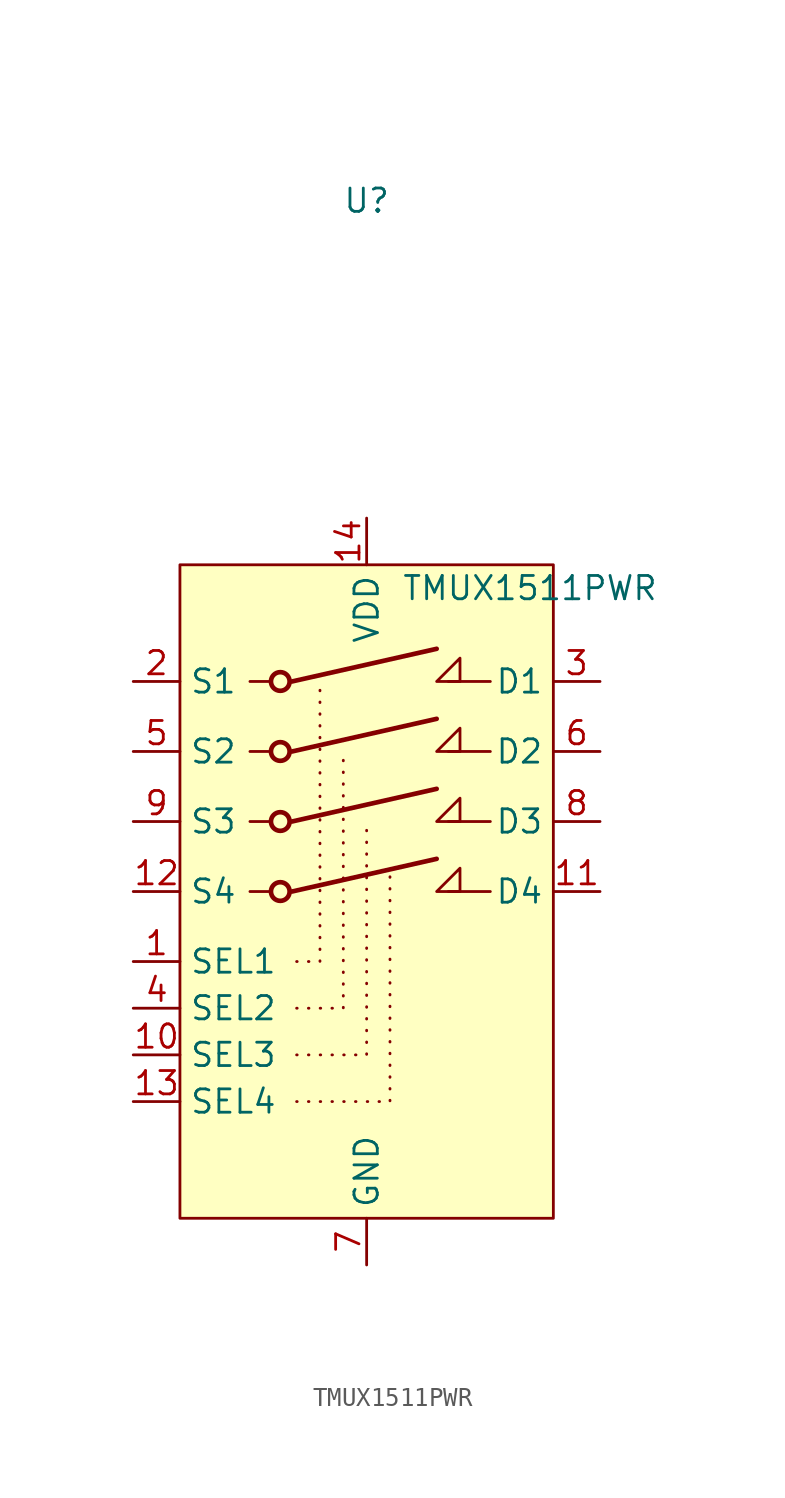
<source format=kicad_sym>
(kicad_symbol_lib
  (version 20241209)
  (generator "kicad_symbol_editor")
  (generator_version "9.0")
  (symbol "TMUX1511PWR"
    (property "Reference" "U"
      (at 0 37.592 0)
      (effects (font (size 1.27 1.27))))
    (property "Value" "TMUX1511PWR"
      (at 8.89 16.51 0)
      (effects (font (size 1.27 1.27))))
    (symbol "TMUX1511PWR_0_1"
      (polyline (pts (xy 3.81 11.43) (xy 5.08 11.43) (xy 5.08 12.7) (xy 3.81 11.43)) (stroke (width 0) (type default)) (fill (type none)))
      (polyline (pts (xy 3.81 7.62) (xy 5.08 7.62) (xy 5.08 8.89) (xy 3.81 7.62)) (stroke (width 0) (type default)) (fill (type none)))
      (polyline (pts (xy 3.81 3.81) (xy 5.08 3.81) (xy 5.08 5.08) (xy 3.81 3.81)) (stroke (width 0) (type default)) (fill (type none)))
      (polyline (pts (xy 3.81 0) (xy 5.08 0) (xy 5.08 1.27) (xy 3.81 0)) (stroke (width 0) (type default)) (fill (type none))))
    (symbol "TMUX1511PWR_1_1"
      (rectangle (start -10.16 17.78) (end 10.16 -17.78) (stroke (width 0) (type default)) (fill (type background)))
      (polyline (pts (xy -6.35 11.43) (xy -5.334 11.43)) (stroke (width 0) (type default)) (fill (type none)))
      (polyline (pts (xy -6.35 7.62) (xy -5.334 7.62)) (stroke (width 0) (type default)) (fill (type none)))
      (polyline (pts (xy -6.35 3.81) (xy -5.334 3.81)) (stroke (width 0) (type default)) (fill (type none)))
      (polyline (pts (xy -6.35 0) (xy -5.334 0)) (stroke (width 0) (type default)) (fill (type none)))
      (circle (center -4.699 11.43) (radius 0.508) (stroke (width 0.254) (type default)) (fill (type none)))
      (circle (center -4.699 7.62) (radius 0.508) (stroke (width 0.254) (type default)) (fill (type none)))
      (circle (center -4.699 3.81) (radius 0.508) (stroke (width 0.254) (type default)) (fill (type none)))
      (circle (center -4.699 0) (radius 0.508) (stroke (width 0.254) (type default)) (fill (type none)))
      (polyline (pts (xy -3.81 -3.81) (xy -2.54 -3.81) (xy -2.54 11.43)) (stroke (width 0) (type dot)) (fill (type none)))
      (polyline (pts (xy -3.81 -6.35) (xy -1.27 -6.35) (xy -1.27 7.62)) (stroke (width 0) (type dot)) (fill (type none)))
      (polyline (pts (xy -3.81 -8.89) (xy 0 -8.89) (xy 0 3.81)) (stroke (width 0) (type dot)) (fill (type none)))
      (polyline (pts (xy -3.81 -11.43) (xy 1.27 -11.43) (xy 1.27 1.27)) (stroke (width 0) (type dot)) (fill (type none)))
      (polyline (pts (xy 3.81 13.208) (xy -4.064 11.43)) (stroke (width 0.254) (type default)) (fill (type none)))
      (polyline (pts (xy 3.81 9.398) (xy -4.064 7.62)) (stroke (width 0.254) (type default)) (fill (type none)))
      (polyline (pts (xy 3.81 5.588) (xy -4.064 3.81)) (stroke (width 0.254) (type default)) (fill (type none)))
      (polyline (pts (xy 3.81 1.778) (xy -4.064 0)) (stroke (width 0.254) (type default)) (fill (type none)))
      (polyline (pts (xy 6.731 11.43) (xy 4.445 11.43)) (stroke (width 0) (type default)) (fill (type none)))
      (polyline (pts (xy 6.731 7.62) (xy 4.445 7.62)) (stroke (width 0) (type default)) (fill (type none)))
      (polyline (pts (xy 6.731 3.81) (xy 4.445 3.81)) (stroke (width 0) (type default)) (fill (type none)))
      (polyline (pts (xy 6.731 0) (xy 4.445 0)) (stroke (width 0) (type default)) (fill (type none)))
      (pin passive line (at -12.7 11.43 0) (length 2.54) (name "S1" (effects (font (size 1.27 1.27)))) (number "2" (effects (font (size 1.27 1.27)))))
      (pin passive line (at -12.7 7.62 0) (length 2.54) (name "S2" (effects (font (size 1.27 1.27)))) (number "5" (effects (font (size 1.27 1.27)))))
      (pin passive line (at -12.7 3.81 0) (length 2.54) (name "S3" (effects (font (size 1.27 1.27)))) (number "9" (effects (font (size 1.27 1.27)))))
      (pin passive line (at -12.7 0 0) (length 2.54) (name "S4" (effects (font (size 1.27 1.27)))) (number "12" (effects (font (size 1.27 1.27)))))
      (pin input line (at -12.7 -3.81 0) (length 2.54) (name "SEL1" (effects (font (size 1.27 1.27)))) (number "1" (effects (font (size 1.27 1.27)))))
      (pin input line (at -12.7 -6.35 0) (length 2.54) (name "SEL2" (effects (font (size 1.27 1.27)))) (number "4" (effects (font (size 1.27 1.27)))))
      (pin input line (at -12.7 -8.89 0) (length 2.54) (name "SEL3" (effects (font (size 1.27 1.27)))) (number "10" (effects (font (size 1.27 1.27)))))
      (pin input line (at -12.7 -11.43 0) (length 2.54) (name "SEL4" (effects (font (size 1.27 1.27)))) (number "13" (effects (font (size 1.27 1.27)))))
      (pin power_in line (at 0 20.32 270) (length 2.54) (name "VDD" (effects (font (size 1.27 1.27)))) (number "14" (effects (font (size 1.27 1.27)))))
      (pin power_in line (at 0 -20.32 90) (length 2.54) (name "GND" (effects (font (size 1.27 1.27)))) (number "7" (effects (font (size 1.27 1.27)))))
      (pin passive line (at 12.7 11.43 180) (length 2.54) (name "D1" (effects (font (size 1.27 1.27)))) (number "3" (effects (font (size 1.27 1.27)))))
      (pin passive line (at 12.7 7.62 180) (length 2.54) (name "D2" (effects (font (size 1.27 1.27)))) (number "6" (effects (font (size 1.27 1.27)))))
      (pin passive line (at 12.7 3.81 180) (length 2.54) (name "D3" (effects (font (size 1.27 1.27)))) (number "8" (effects (font (size 1.27 1.27)))))
      (pin passive line (at 12.7 0 180) (length 2.54) (name "D4" (effects (font (size 1.27 1.27)))) (number "11" (effects (font (size 1.27 1.27))))))))
</source>
